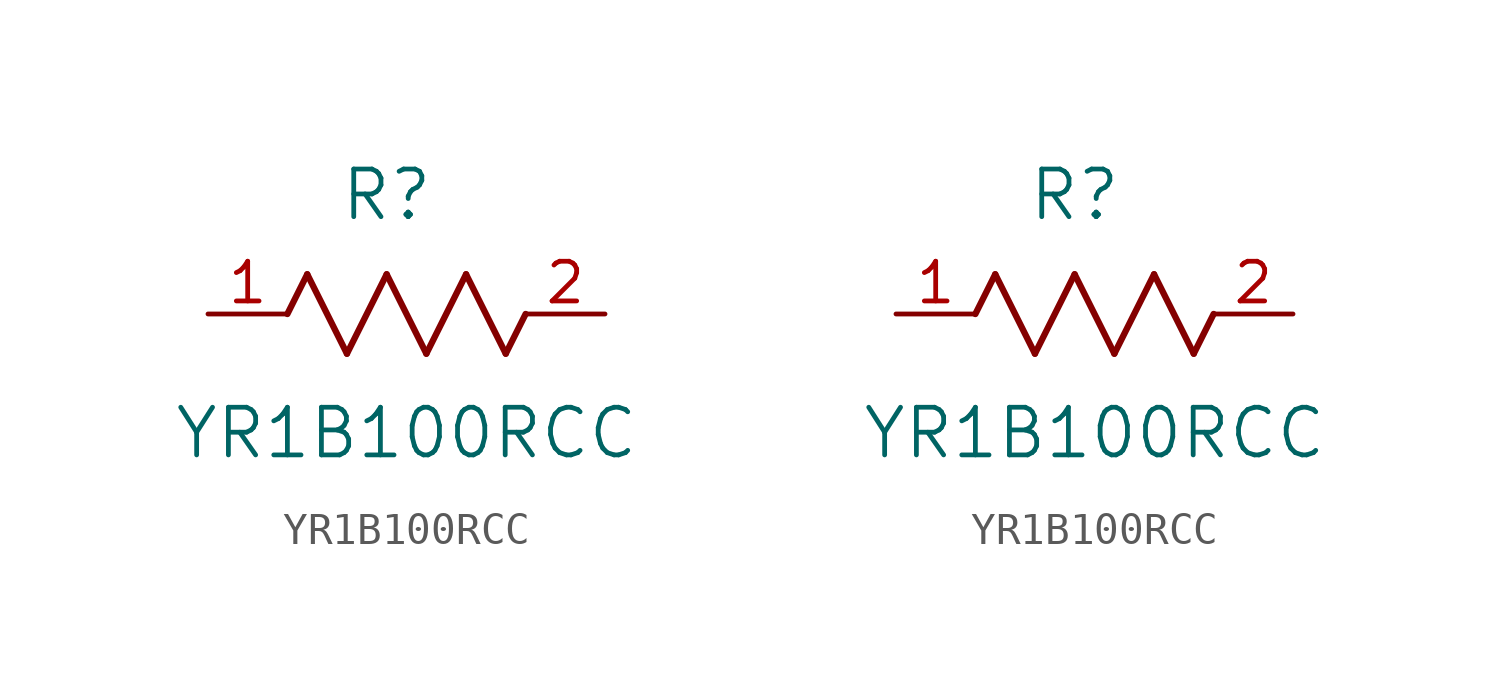
<source format=kicad_sym>
(kicad_symbol_lib
  (version 20211014)
  (generator kicad_symbol_editor)
  (symbol "YR1B100RCC"
    (pin_names
      (offset 0.254))
    (property "Reference" "R"
      (at 5.715 3.81 0)
      (effects (font (size 1.524 1.524))))
    (property "Value" "YR1B100RCC"
      (at 6.35 -3.81 0)
      (effects (font (size 1.524 1.524))))
    (symbol "YR1B100RCC_1_1"
      (polyline (pts (xy 3.175 1.27) (xy 4.445 -1.27)) (stroke (width 0.203) (type default) (color 0 0 0 0)) (fill (type none)))
      (polyline (pts (xy 4.445 -1.27) (xy 5.715 1.27)) (stroke (width 0.203) (type default) (color 0 0 0 0)) (fill (type none)))
      (polyline (pts (xy 5.715 1.27) (xy 6.985 -1.27)) (stroke (width 0.203) (type default) (color 0 0 0 0)) (fill (type none)))
      (polyline (pts (xy 6.985 -1.27) (xy 8.255 1.27)) (stroke (width 0.203) (type default) (color 0 0 0 0)) (fill (type none)))
      (polyline (pts (xy 8.255 1.27) (xy 9.525 -1.27)) (stroke (width 0.203) (type default) (color 0 0 0 0)) (fill (type none)))
      (polyline (pts (xy 2.54 0) (xy 3.175 1.27)) (stroke (width 0.203) (type default) (color 0 0 0 0)) (fill (type none)))
      (polyline (pts (xy 9.525 -1.27) (xy 10.16 0)) (stroke (width 0.203) (type default) (color 0 0 0 0)) (fill (type none)))
      (pin unspecified line (at 0 0 0) (length 2.54) (name "" (effects (font (size 1.27 1.27)))) (number "1" (effects (font (size 1.27 1.27)))))
      (pin unspecified line (at 12.7 0 180) (length 2.54) (name "" (effects (font (size 1.27 1.27)))) (number "2" (effects (font (size 1.27 1.27))))))
    (symbol "YR1B100RCC_1_2"
      (polyline (pts (xy 3.175 1.27) (xy 4.445 -1.27)) (stroke (width 0.203) (type default) (color 0 0 0 0)) (fill (type none)))
      (polyline (pts (xy 4.445 -1.27) (xy 5.715 1.27)) (stroke (width 0.203) (type default) (color 0 0 0 0)) (fill (type none)))
      (polyline (pts (xy 5.715 1.27) (xy 6.985 -1.27)) (stroke (width 0.203) (type default) (color 0 0 0 0)) (fill (type none)))
      (polyline (pts (xy 6.985 -1.27) (xy 8.255 1.27)) (stroke (width 0.203) (type default) (color 0 0 0 0)) (fill (type none)))
      (polyline (pts (xy 8.255 1.27) (xy 9.525 -1.27)) (stroke (width 0.203) (type default) (color 0 0 0 0)) (fill (type none)))
      (polyline (pts (xy 2.54 0) (xy 3.175 1.27)) (stroke (width 0.203) (type default) (color 0 0 0 0)) (fill (type none)))
      (polyline (pts (xy 9.525 -1.27) (xy 10.16 0)) (stroke (width 0.203) (type default) (color 0 0 0 0)) (fill (type none)))
      (pin unspecified line (at 0 0 0) (length 2.54) (name "" (effects (font (size 1.27 1.27)))) (number "1" (effects (font (size 1.27 1.27)))))
      (pin unspecified line (at 12.7 0 180) (length 2.54) (name "" (effects (font (size 1.27 1.27)))) (number "2" (effects (font (size 1.27 1.27))))))))
</source>
